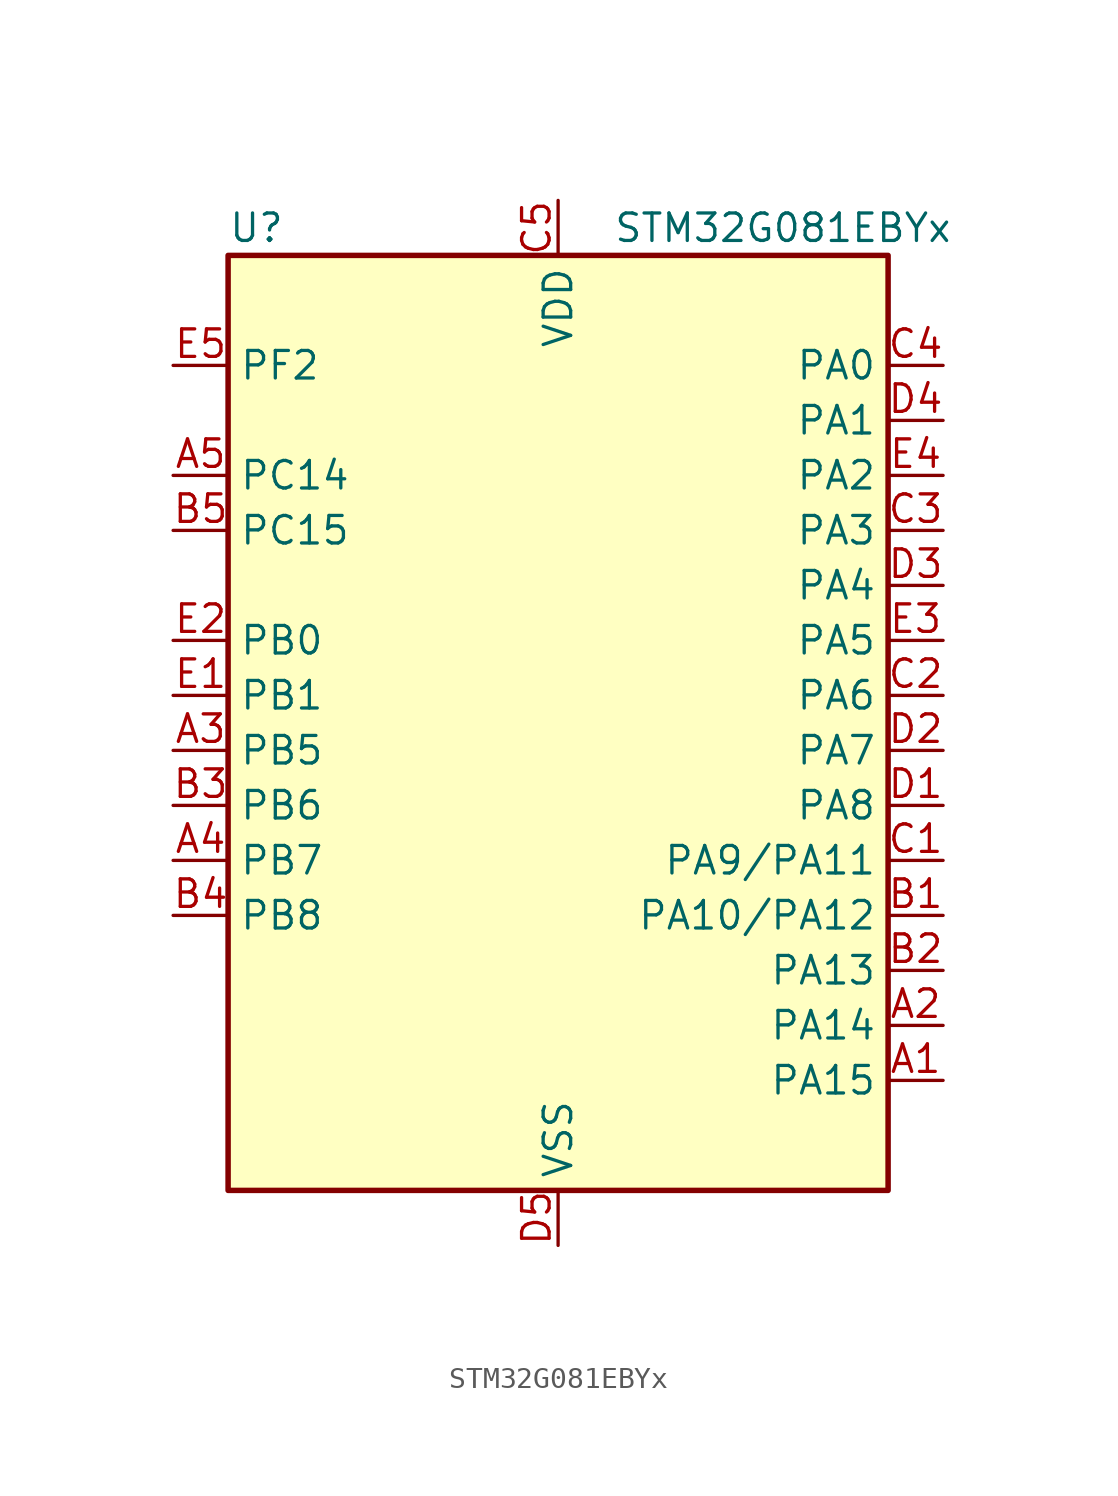
<source format=kicad_sym>
(kicad_symbol_lib
  (version 20241209)
  (generator "kicad_symbol_editor")
  (generator_version "9.0")
  (symbol "STM32G081EBYx"
    (property "Reference" "U"
      (at -15.24 24.13 0)
      (effects (font (size 1.27 1.27)) (justify left)))
    (property "Value" "STM32G081EBYx"
      (at 2.54 24.13 0)
      (effects (font (size 1.27 1.27)) (justify left)))
    (symbol "STM32G081EBYx_0_1"
      (rectangle (start -15.24 -20.32) (end 15.24 22.86) (stroke (width 0.254) (type default)) (fill (type background))))
    (symbol "STM32G081EBYx_1_1"
      (pin bidirectional line (at -17.78 17.78 0) (length 2.54) (name "PF2" (effects (font (size 1.27 1.27)))) (number "E5" (effects (font (size 1.27 1.27)))) (alternate "RCC_MCO" bidirectional line))
      (pin bidirectional line (at -17.78 12.7 0) (length 2.54) (name "PC14" (effects (font (size 1.27 1.27)))) (number "A5" (effects (font (size 1.27 1.27)))) (alternate "RCC_OSC32_IN" bidirectional line) (alternate "RCC_OSC_IN" bidirectional line) (alternate "TIM1_BK2" bidirectional line))
      (pin bidirectional line (at -17.78 10.16 0) (length 2.54) (name "PC15" (effects (font (size 1.27 1.27)))) (number "B5" (effects (font (size 1.27 1.27)))) (alternate "RCC_OSC32_EN" bidirectional line) (alternate "RCC_OSC32_OUT" bidirectional line) (alternate "RCC_OSC_EN" bidirectional line) (alternate "TIM15_BK" bidirectional line))
      (pin bidirectional line (at -17.78 5.08 0) (length 2.54) (name "PB0" (effects (font (size 1.27 1.27)))) (number "E2" (effects (font (size 1.27 1.27)))) (alternate "ADC1_IN8" bidirectional line) (alternate "COMP1_OUT" bidirectional line) (alternate "I2S1_WS" bidirectional line) (alternate "LPTIM1_OUT" bidirectional line) (alternate "SPI1_NSS" bidirectional line) (alternate "TIM1_CH2N" bidirectional line) (alternate "TIM3_CH3" bidirectional line) (alternate "UCPD1_FRSTX1" bidirectional line) (alternate "UCPD1_FRSTX2" bidirectional line) (alternate "USART3_RX" bidirectional line))
      (pin bidirectional line (at -17.78 2.54 0) (length 2.54) (name "PB1" (effects (font (size 1.27 1.27)))) (number "E1" (effects (font (size 1.27 1.27)))) (alternate "ADC1_IN9" bidirectional line) (alternate "COMP1_INM" bidirectional line) (alternate "LPTIM2_IN1" bidirectional line) (alternate "LPUART1_DE" bidirectional line) (alternate "LPUART1_RTS" bidirectional line) (alternate "TIM14_CH1" bidirectional line) (alternate "TIM1_CH3N" bidirectional line) (alternate "TIM3_CH4" bidirectional line) (alternate "USART3_CK" bidirectional line) (alternate "USART3_DE" bidirectional line) (alternate "USART3_RTS" bidirectional line))
      (pin bidirectional line (at -17.78 0 0) (length 2.54) (name "PB5" (effects (font (size 1.27 1.27)))) (number "A3" (effects (font (size 1.27 1.27)))) (alternate "COMP2_OUT" bidirectional line) (alternate "I2C1_SMBA" bidirectional line) (alternate "I2S1_SD" bidirectional line) (alternate "LPTIM1_IN1" bidirectional line) (alternate "SPI1_MOSI" bidirectional line) (alternate "SYS_WKUP6" bidirectional line) (alternate "TIM16_BK" bidirectional line) (alternate "TIM3_CH2" bidirectional line))
      (pin bidirectional line (at -17.78 -2.54 0) (length 2.54) (name "PB6" (effects (font (size 1.27 1.27)))) (number "B3" (effects (font (size 1.27 1.27)))) (alternate "COMP2_INP" bidirectional line) (alternate "I2C1_SCL" bidirectional line) (alternate "LPTIM1_ETR" bidirectional line) (alternate "SPI2_MISO" bidirectional line) (alternate "TIM16_CH1N" bidirectional line) (alternate "TIM1_CH3" bidirectional line) (alternate "USART1_TX" bidirectional line))
      (pin bidirectional line (at -17.78 -5.08 0) (length 2.54) (name "PB7" (effects (font (size 1.27 1.27)))) (number "A4" (effects (font (size 1.27 1.27)))) (alternate "COMP2_INM" bidirectional line) (alternate "I2C1_SDA" bidirectional line) (alternate "LPTIM1_IN2" bidirectional line) (alternate "SPI2_MOSI" bidirectional line) (alternate "SYS_PVD_IN" bidirectional line) (alternate "TIM17_CH1N" bidirectional line) (alternate "USART1_RX" bidirectional line) (alternate "USART4_CTS" bidirectional line) (alternate "USART4_NSS" bidirectional line))
      (pin bidirectional line (at -17.78 -7.62 0) (length 2.54) (name "PB8" (effects (font (size 1.27 1.27)))) (number "B4" (effects (font (size 1.27 1.27)))) (alternate "CEC" bidirectional line) (alternate "I2C1_SCL" bidirectional line) (alternate "SPI2_SCK" bidirectional line) (alternate "TIM15_BK" bidirectional line) (alternate "TIM16_CH1" bidirectional line) (alternate "USART3_TX" bidirectional line))
      (pin power_in line (at 0 25.4 270) (length 2.54) (name "VDD" (effects (font (size 1.27 1.27)))) (number "C5" (effects (font (size 1.27 1.27)))))
      (pin power_in line (at 0 -22.86 90) (length 2.54) (name "VSS" (effects (font (size 1.27 1.27)))) (number "D5" (effects (font (size 1.27 1.27)))))
      (pin bidirectional line (at 17.78 17.78 180) (length 2.54) (name "PA0" (effects (font (size 1.27 1.27)))) (number "C4" (effects (font (size 1.27 1.27)))) (alternate "ADC1_IN0" bidirectional line) (alternate "COMP1_INM" bidirectional line) (alternate "COMP1_OUT" bidirectional line) (alternate "LPTIM1_OUT" bidirectional line) (alternate "RTC_TAMP_IN2" bidirectional line) (alternate "SPI2_SCK" bidirectional line) (alternate "SYS_WKUP1" bidirectional line) (alternate "TIM2_CH1" bidirectional line) (alternate "TIM2_ETR" bidirectional line) (alternate "USART2_CTS" bidirectional line) (alternate "USART2_NSS" bidirectional line) (alternate "USART4_TX" bidirectional line))
      (pin bidirectional line (at 17.78 15.24 180) (length 2.54) (name "PA1" (effects (font (size 1.27 1.27)))) (number "D4" (effects (font (size 1.27 1.27)))) (alternate "ADC1_IN1" bidirectional line) (alternate "COMP1_INP" bidirectional line) (alternate "I2C1_SMBA" bidirectional line) (alternate "I2S1_CK" bidirectional line) (alternate "SPI1_SCK" bidirectional line) (alternate "TIM15_CH1N" bidirectional line) (alternate "TIM2_CH2" bidirectional line) (alternate "USART2_CK" bidirectional line) (alternate "USART2_DE" bidirectional line) (alternate "USART2_RTS" bidirectional line) (alternate "USART4_RX" bidirectional line))
      (pin bidirectional line (at 17.78 12.7 180) (length 2.54) (name "PA2" (effects (font (size 1.27 1.27)))) (number "E4" (effects (font (size 1.27 1.27)))) (alternate "ADC1_IN2" bidirectional line) (alternate "COMP2_INM" bidirectional line) (alternate "COMP2_OUT" bidirectional line) (alternate "I2S1_SD" bidirectional line) (alternate "LPUART1_TX" bidirectional line) (alternate "RCC_LSCO" bidirectional line) (alternate "SPI1_MOSI" bidirectional line) (alternate "SYS_WKUP4" bidirectional line) (alternate "TIM15_CH1" bidirectional line) (alternate "TIM2_CH3" bidirectional line) (alternate "UCPD1_FRSTX1" bidirectional line) (alternate "UCPD1_FRSTX2" bidirectional line) (alternate "USART2_TX" bidirectional line))
      (pin bidirectional line (at 17.78 10.16 180) (length 2.54) (name "PA3" (effects (font (size 1.27 1.27)))) (number "C3" (effects (font (size 1.27 1.27)))) (alternate "ADC1_IN3" bidirectional line) (alternate "COMP2_INP" bidirectional line) (alternate "LPUART1_RX" bidirectional line) (alternate "SPI2_MISO" bidirectional line) (alternate "TIM15_CH2" bidirectional line) (alternate "TIM2_CH4" bidirectional line) (alternate "USART2_RX" bidirectional line))
      (pin bidirectional line (at 17.78 7.62 180) (length 2.54) (name "PA4" (effects (font (size 1.27 1.27)))) (number "D3" (effects (font (size 1.27 1.27)))) (alternate "ADC1_IN4" bidirectional line) (alternate "DAC1_OUT1" bidirectional line) (alternate "I2S1_WS" bidirectional line) (alternate "LPTIM2_OUT" bidirectional line) (alternate "RTC_OUT_ALARM" bidirectional line) (alternate "RTC_OUT_CALIB" bidirectional line) (alternate "RTC_TAMP_IN1" bidirectional line) (alternate "RTC_TS" bidirectional line) (alternate "SPI1_NSS" bidirectional line) (alternate "SPI2_MOSI" bidirectional line) (alternate "SYS_WKUP2" bidirectional line) (alternate "TIM14_CH1" bidirectional line))
      (pin bidirectional line (at 17.78 5.08 180) (length 2.54) (name "PA5" (effects (font (size 1.27 1.27)))) (number "E3" (effects (font (size 1.27 1.27)))) (alternate "ADC1_IN5" bidirectional line) (alternate "CEC" bidirectional line) (alternate "DAC1_OUT2" bidirectional line) (alternate "I2S1_CK" bidirectional line) (alternate "LPTIM2_ETR" bidirectional line) (alternate "SPI1_SCK" bidirectional line) (alternate "TIM2_CH1" bidirectional line) (alternate "TIM2_ETR" bidirectional line) (alternate "UCPD1_FRSTX1" bidirectional line) (alternate "UCPD1_FRSTX2" bidirectional line) (alternate "USART3_TX" bidirectional line))
      (pin bidirectional line (at 17.78 2.54 180) (length 2.54) (name "PA6" (effects (font (size 1.27 1.27)))) (number "C2" (effects (font (size 1.27 1.27)))) (alternate "ADC1_IN6" bidirectional line) (alternate "COMP1_OUT" bidirectional line) (alternate "I2S1_MCK" bidirectional line) (alternate "LPUART1_CTS" bidirectional line) (alternate "SPI1_MISO" bidirectional line) (alternate "TIM16_CH1" bidirectional line) (alternate "TIM1_BK" bidirectional line) (alternate "TIM3_CH1" bidirectional line) (alternate "USART3_CTS" bidirectional line) (alternate "USART3_NSS" bidirectional line))
      (pin bidirectional line (at 17.78 0 180) (length 2.54) (name "PA7" (effects (font (size 1.27 1.27)))) (number "D2" (effects (font (size 1.27 1.27)))) (alternate "ADC1_IN7" bidirectional line) (alternate "COMP2_OUT" bidirectional line) (alternate "I2S1_SD" bidirectional line) (alternate "SPI1_MOSI" bidirectional line) (alternate "TIM14_CH1" bidirectional line) (alternate "TIM17_CH1" bidirectional line) (alternate "TIM1_CH1N" bidirectional line) (alternate "TIM3_CH2" bidirectional line) (alternate "UCPD1_FRSTX1" bidirectional line) (alternate "UCPD1_FRSTX2" bidirectional line))
      (pin bidirectional line (at 17.78 -2.54 180) (length 2.54) (name "PA8" (effects (font (size 1.27 1.27)))) (number "D1" (effects (font (size 1.27 1.27)))) (alternate "LPTIM2_OUT" bidirectional line) (alternate "RCC_MCO" bidirectional line) (alternate "SPI2_NSS" bidirectional line) (alternate "TIM1_CH1" bidirectional line) (alternate "UCPD1_CC1" bidirectional line))
      (pin bidirectional line (at 17.78 -5.08 180) (length 2.54) (name "PA9/PA11" (effects (font (size 1.27 1.27)))) (number "C1" (effects (font (size 1.27 1.27)))) (alternate "ADC1_EXTI11 (PA11)" bidirectional line) (alternate "COMP1_OUT (PA11)" bidirectional line) (alternate "DAC1_EXTI9 (PA9)" bidirectional line) (alternate "I2C1_SCL (PA9)" bidirectional line) (alternate "I2C2_SCL (PA11)" bidirectional line) (alternate "I2S1_MCK (PA11)" bidirectional line) (alternate "PA11" bidirectional line) (alternate "PA9" bidirectional line) (alternate "RCC_MCO (PA9)" bidirectional line) (alternate "SPI1_MISO (PA11)" bidirectional line) (alternate "SPI2_MISO (PA9)" bidirectional line) (alternate "TIM15_BK (PA9)" bidirectional line) (alternate "TIM1_BK2 (PA11)" bidirectional line) (alternate "TIM1_CH2 (PA9)" bidirectional line) (alternate "TIM1_CH4 (PA11)" bidirectional line) (alternate "USART1_CTS (PA11)" bidirectional line) (alternate "USART1_NSS (PA11)" bidirectional line) (alternate "USART1_TX (PA9)" bidirectional line))
      (pin bidirectional line (at 17.78 -7.62 180) (length 2.54) (name "PA10/PA12" (effects (font (size 1.27 1.27)))) (number "B1" (effects (font (size 1.27 1.27)))) (alternate "COMP2_OUT (PA12)" bidirectional line) (alternate "I2C1_SDA (PA10)" bidirectional line) (alternate "I2C2_SDA (PA12)" bidirectional line) (alternate "I2S1_SD (PA12)" bidirectional line) (alternate "I2S_CKIN (PA12)" bidirectional line) (alternate "PA10" bidirectional line) (alternate "PA12" bidirectional line) (alternate "SPI1_MOSI (PA12)" bidirectional line) (alternate "SPI2_MOSI (PA10)" bidirectional line) (alternate "TIM17_BK (PA10)" bidirectional line) (alternate "TIM1_CH3 (PA10)" bidirectional line) (alternate "TIM1_ETR (PA12)" bidirectional line) (alternate "USART1_CK (PA12)" bidirectional line) (alternate "USART1_DE (PA12)" bidirectional line) (alternate "USART1_RTS (PA12)" bidirectional line) (alternate "USART1_RX (PA10)" bidirectional line))
      (pin bidirectional line (at 17.78 -10.16 180) (length 2.54) (name "PA13" (effects (font (size 1.27 1.27)))) (number "B2" (effects (font (size 1.27 1.27)))) (alternate "IR_OUT" bidirectional line) (alternate "SYS_SWDIO" bidirectional line))
      (pin bidirectional line (at 17.78 -12.7 180) (length 2.54) (name "PA14" (effects (font (size 1.27 1.27)))) (number "A2" (effects (font (size 1.27 1.27)))) (alternate "SYS_SWCLK" bidirectional line) (alternate "USART2_TX" bidirectional line))
      (pin bidirectional line (at 17.78 -15.24 180) (length 2.54) (name "PA15" (effects (font (size 1.27 1.27)))) (number "A1" (effects (font (size 1.27 1.27)))) (alternate "I2S1_WS" bidirectional line) (alternate "SPI1_NSS" bidirectional line) (alternate "TIM2_CH1" bidirectional line) (alternate "TIM2_ETR" bidirectional line) (alternate "USART2_RX" bidirectional line) (alternate "USART3_CK" bidirectional line) (alternate "USART3_DE" bidirectional line) (alternate "USART3_RTS" bidirectional line) (alternate "USART4_CK" bidirectional line) (alternate "USART4_DE" bidirectional line) (alternate "USART4_RTS" bidirectional line)))))
</source>
